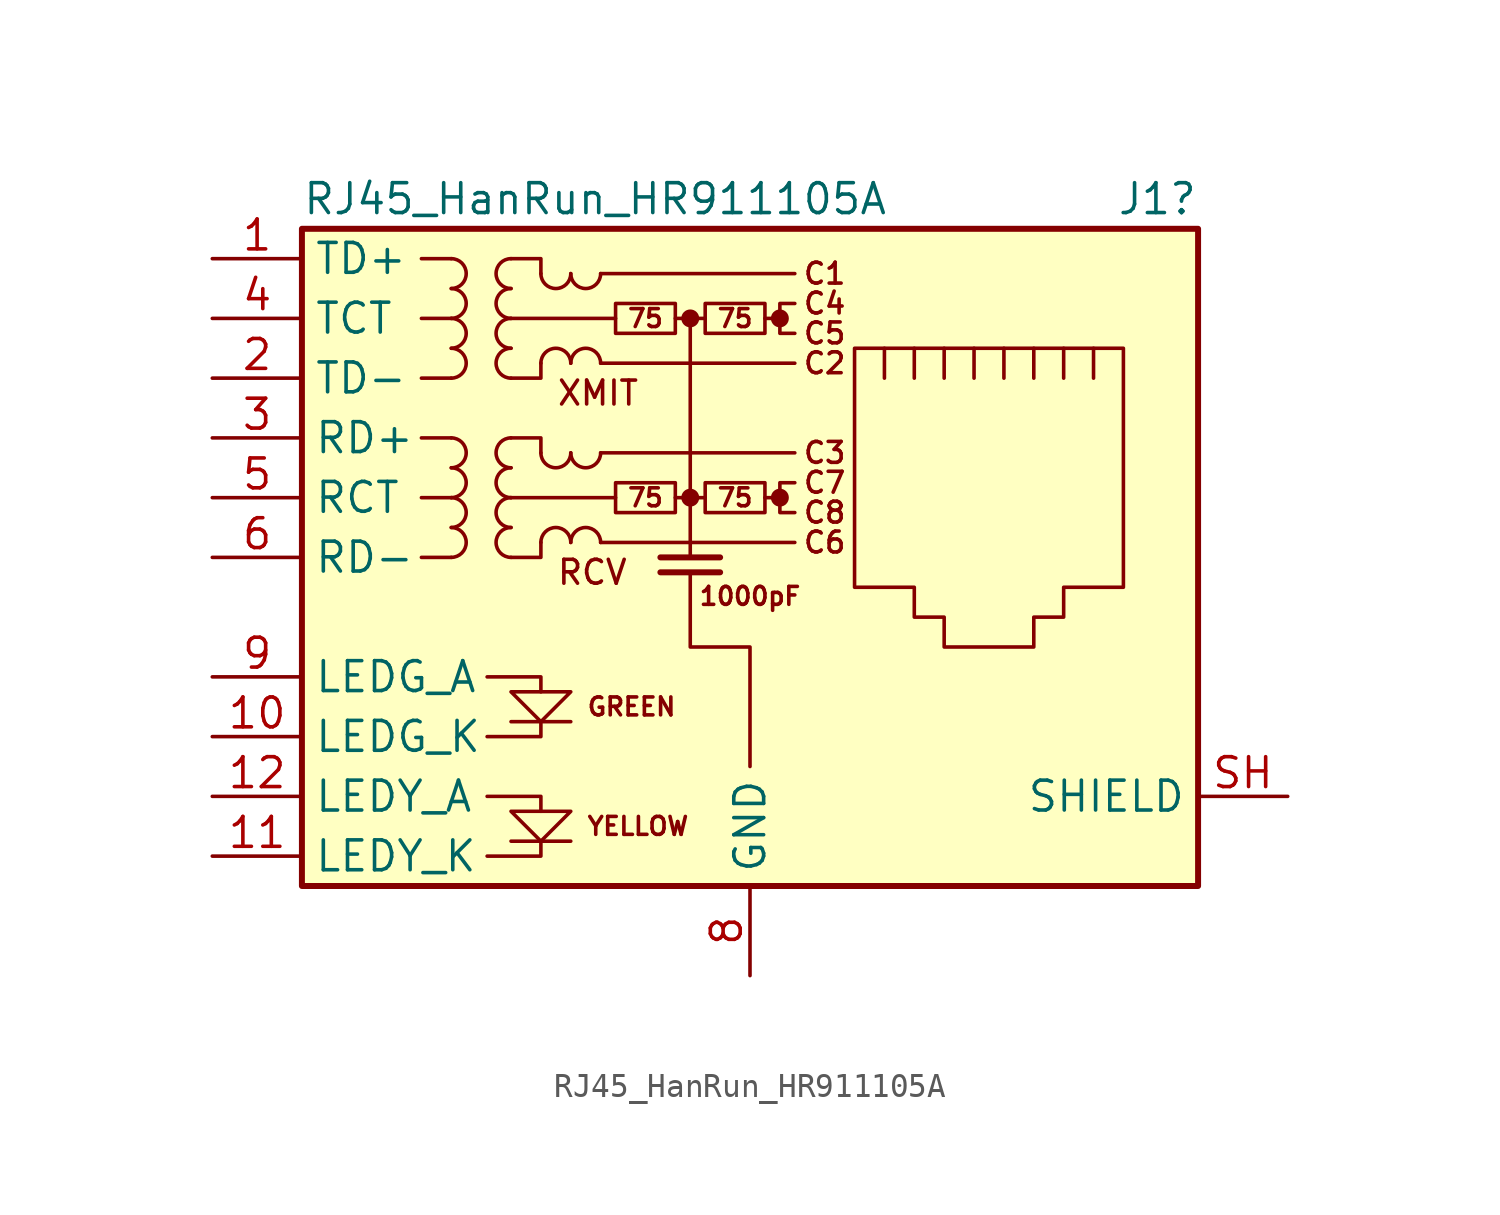
<source format=kicad_sym>
(kicad_symbol_lib
  (version 20211014)
  (generator kicad_symbol_editor)
  (symbol "RJ45_HanRun_HR911105A"
    (property "Reference" "J1"
      (at 19.05 15.24 0)
      (effects (font (size 1.27 1.27)) (justify right)))
    (property "Value" "RJ45_HanRun_HR911105A"
      (at -19.05 15.24 0)
      (effects (font (size 1.27 1.27)) (justify left)))
    (symbol "RJ45_HanRun_HR911105A_0_0"
      (circle (center -2.54 2.54) (radius 0.254) (stroke (width 0.254) (type default) (color 0 0 0 0)) (fill (type outline)))
      (circle (center -2.54 10.16) (radius 0.254) (stroke (width 0.254) (type default) (color 0 0 0 0)) (fill (type outline)))
      (polyline (pts (xy -7.62 -12.065) (xy -10.16 -12.065)) (stroke (width 0) (type default) (color 0 0 0 0)) (fill (type none)))
      (polyline (pts (xy -7.62 -6.985) (xy -10.16 -6.985)) (stroke (width 0) (type default) (color 0 0 0 0)) (fill (type none)))
      (polyline (pts (xy -2.54 10.16) (xy -2.54 0)) (stroke (width 0) (type default) (color 0 0 0 0)) (fill (type none)))
      (polyline (pts (xy -1.27 -0.635) (xy -3.81 -0.635)) (stroke (width 0.254) (type default) (color 0 0 0 0)) (fill (type none)))
      (polyline (pts (xy -1.27 0) (xy -3.81 0)) (stroke (width 0.254) (type default) (color 0 0 0 0)) (fill (type none)))
      (polyline (pts (xy 1.27 2.54) (xy 0.635 2.54)) (stroke (width 0) (type default) (color 0 0 0 0)) (fill (type none)))
      (polyline (pts (xy 1.27 10.16) (xy 0.635 10.16)) (stroke (width 0) (type default) (color 0 0 0 0)) (fill (type none)))
      (polyline (pts (xy -11.176 -12.7) (xy -8.89 -12.7) (xy -8.89 -12.065)) (stroke (width 0) (type default) (color 0 0 0 0)) (fill (type none)))
      (polyline (pts (xy -11.176 -10.16) (xy -8.89 -10.16) (xy -8.89 -10.795)) (stroke (width 0) (type default) (color 0 0 0 0)) (fill (type none)))
      (polyline (pts (xy -11.176 -5.08) (xy -8.89 -5.08) (xy -8.89 -5.715)) (stroke (width 0) (type default) (color 0 0 0 0)) (fill (type none)))
      (polyline (pts (xy -8.89 -6.985) (xy -8.89 -7.62) (xy -11.176 -7.62)) (stroke (width 0) (type default) (color 0 0 0 0)) (fill (type none)))
      (polyline (pts (xy -10.16 -5.715) (xy -7.62 -5.715) (xy -8.89 -6.985) (xy -10.16 -5.715)) (stroke (width 0) (type default) (color 0 0 0 0)) (fill (type none)))
      (polyline (pts (xy -7.62 -10.795) (xy -10.16 -10.795) (xy -8.89 -12.065) (xy -7.62 -10.795)) (stroke (width 0) (type default) (color 0 0 0 0)) (fill (type none)))
      (polyline (pts (xy -2.54 -0.635) (xy -2.54 -3.81) (xy 0 -3.81) (xy 0 -8.89)) (stroke (width 0) (type default) (color 0 0 0 0)) (fill (type none)))
      (polyline (pts (xy 1.905 3.175) (xy 1.27 3.175) (xy 1.27 1.905) (xy 1.905 1.905)) (stroke (width 0) (type default) (color 0 0 0 0)) (fill (type none)))
      (polyline (pts (xy 1.905 10.795) (xy 1.27 10.795) (xy 1.27 9.525) (xy 1.905 9.525)) (stroke (width 0) (type default) (color 0 0 0 0)) (fill (type none)))
      (circle (center 1.27 2.54) (radius 0.254) (stroke (width 0.254) (type default) (color 0 0 0 0)) (fill (type outline)))
      (circle (center 1.27 10.16) (radius 0.254) (stroke (width 0.254) (type default) (color 0 0 0 0)) (fill (type outline)))
      (text "1000pF" (at 0 -1.651 0) (effects (font (size 0.762 0.762))))
      (text "75" (at -4.445 2.54 0) (effects (font (size 0.762 0.762))))
      (text "75" (at -4.445 10.16 0) (effects (font (size 0.762 0.762))))
      (text "75" (at -0.635 2.54 0) (effects (font (size 0.762 0.762))))
      (text "75" (at -0.635 10.16 0) (effects (font (size 0.762 0.762))))
      (text "C1" (at 3.175 12.065 0) (effects (font (size 0.889 0.889))))
      (text "C2" (at 3.175 8.255 0) (effects (font (size 0.889 0.889))))
      (text "C3" (at 3.175 4.445 0) (effects (font (size 0.889 0.889))))
      (text "C4" (at 3.175 10.795 0) (effects (font (size 0.889 0.889))))
      (text "C5" (at 3.175 9.525 0) (effects (font (size 0.889 0.889))))
      (text "C6" (at 3.175 0.635 0) (effects (font (size 0.889 0.889))))
      (text "C7" (at 3.175 3.175 0) (effects (font (size 0.889 0.889))))
      (text "C8" (at 3.175 1.905 0) (effects (font (size 0.889 0.889))))
      (text "GREEN" (at -6.985 -6.35 0) (effects (font (size 0.762 0.762)) (justify left)))
      (text "RCV" (at -8.255 -0.635 0) (effects (font (size 1.016 1.016)) (justify left)))
      (text "XMIT" (at -8.255 6.985 0) (effects (font (size 1.016 1.016)) (justify left)))
      (text "YELLOW" (at -6.985 -11.43 0) (effects (font (size 0.762 0.762)) (justify left))))
    (symbol "RJ45_HanRun_HR911105A_0_1"
      (rectangle (start -19.05 -13.97) (end 19.05 13.97) (stroke (width 0.254) (type default) (color 0 0 0 0)) (fill (type background)))
      (arc (start -12.7 0) (mid -12.065 0.635) (end -12.7 1.27) (stroke (width 0) (type default) (color 0 0 0 0)) (fill (type none)))
      (arc (start -12.7 1.27) (mid -12.065 1.905) (end -12.7 2.54) (stroke (width 0) (type default) (color 0 0 0 0)) (fill (type none)))
      (arc (start -12.7 2.54) (mid -12.065 3.175) (end -12.7 3.81) (stroke (width 0) (type default) (color 0 0 0 0)) (fill (type none)))
      (arc (start -12.7 3.81) (mid -12.065 4.445) (end -12.7 5.08) (stroke (width 0) (type default) (color 0 0 0 0)) (fill (type none)))
      (arc (start -12.7 7.62) (mid -12.065 8.255) (end -12.7 8.89) (stroke (width 0) (type default) (color 0 0 0 0)) (fill (type none)))
      (arc (start -12.7 8.89) (mid -12.065 9.525) (end -12.7 10.16) (stroke (width 0) (type default) (color 0 0 0 0)) (fill (type none)))
      (arc (start -12.7 10.16) (mid -12.065 10.795) (end -12.7 11.43) (stroke (width 0) (type default) (color 0 0 0 0)) (fill (type none)))
      (arc (start -12.7 11.43) (mid -12.065 12.065) (end -12.7 12.7) (stroke (width 0) (type default) (color 0 0 0 0)) (fill (type none)))
      (arc (start -10.16 1.27) (mid -10.795 0.635) (end -10.16 0) (stroke (width 0) (type default) (color 0 0 0 0)) (fill (type none)))
      (arc (start -10.16 2.54) (mid -10.795 1.905) (end -10.16 1.27) (stroke (width 0) (type default) (color 0 0 0 0)) (fill (type none)))
      (arc (start -10.16 3.81) (mid -10.795 3.175) (end -10.16 2.54) (stroke (width 0) (type default) (color 0 0 0 0)) (fill (type none)))
      (arc (start -10.16 5.08) (mid -10.795 4.445) (end -10.16 3.81) (stroke (width 0) (type default) (color 0 0 0 0)) (fill (type none)))
      (arc (start -10.16 8.89) (mid -10.795 8.255) (end -10.16 7.62) (stroke (width 0) (type default) (color 0 0 0 0)) (fill (type none)))
      (arc (start -10.16 10.16) (mid -10.795 9.525) (end -10.16 8.89) (stroke (width 0) (type default) (color 0 0 0 0)) (fill (type none)))
      (arc (start -10.16 11.43) (mid -10.795 10.795) (end -10.16 10.16) (stroke (width 0) (type default) (color 0 0 0 0)) (fill (type none)))
      (arc (start -10.16 12.7) (mid -10.795 12.065) (end -10.16 11.43) (stroke (width 0) (type default) (color 0 0 0 0)) (fill (type none)))
      (arc (start -8.89 4.445) (mid -8.255 3.81) (end -7.62 4.445) (stroke (width 0) (type default) (color 0 0 0 0)) (fill (type none)))
      (arc (start -8.89 12.065) (mid -8.255 11.43) (end -7.62 12.065) (stroke (width 0) (type default) (color 0 0 0 0)) (fill (type none)))
      (arc (start -7.62 0.635) (mid -8.255 1.27) (end -8.89 0.635) (stroke (width 0) (type default) (color 0 0 0 0)) (fill (type none)))
      (arc (start -7.62 4.445) (mid -6.985 3.81) (end -6.35 4.445) (stroke (width 0) (type default) (color 0 0 0 0)) (fill (type none)))
      (arc (start -7.62 8.255) (mid -8.255 8.89) (end -8.89 8.255) (stroke (width 0) (type default) (color 0 0 0 0)) (fill (type none)))
      (arc (start -7.62 12.065) (mid -6.985 11.43) (end -6.35 12.065) (stroke (width 0) (type default) (color 0 0 0 0)) (fill (type none)))
      (arc (start -6.35 0.635) (mid -6.985 1.27) (end -7.62 0.635) (stroke (width 0) (type default) (color 0 0 0 0)) (fill (type none)))
      (arc (start -6.35 8.255) (mid -6.985 8.89) (end -7.62 8.255) (stroke (width 0) (type default) (color 0 0 0 0)) (fill (type none)))
      (rectangle (start -5.715 3.175) (end -3.175 1.905) (stroke (width 0) (type default) (color 0 0 0 0)) (fill (type none)))
      (rectangle (start -5.715 10.795) (end -3.175 9.525) (stroke (width 0) (type default) (color 0 0 0 0)) (fill (type none)))
      (rectangle (start -1.905 3.175) (end 0.635 1.905) (stroke (width 0) (type default) (color 0 0 0 0)) (fill (type none)))
      (rectangle (start -1.905 10.795) (end 0.635 9.525) (stroke (width 0) (type default) (color 0 0 0 0)) (fill (type none)))
      (polyline (pts (xy -12.7 0) (xy -13.97 0)) (stroke (width 0) (type default) (color 0 0 0 0)) (fill (type none)))
      (polyline (pts (xy -12.7 2.54) (xy -13.97 2.54)) (stroke (width 0) (type default) (color 0 0 0 0)) (fill (type none)))
      (polyline (pts (xy -12.7 5.08) (xy -13.97 5.08)) (stroke (width 0) (type default) (color 0 0 0 0)) (fill (type none)))
      (polyline (pts (xy -12.7 7.62) (xy -13.97 7.62)) (stroke (width 0) (type default) (color 0 0 0 0)) (fill (type none)))
      (polyline (pts (xy -12.7 10.16) (xy -13.97 10.16)) (stroke (width 0) (type default) (color 0 0 0 0)) (fill (type none)))
      (polyline (pts (xy -12.7 12.7) (xy -13.97 12.7)) (stroke (width 0) (type default) (color 0 0 0 0)) (fill (type none)))
      (polyline (pts (xy -6.35 0.635) (xy 1.905 0.635)) (stroke (width 0) (type default) (color 0 0 0 0)) (fill (type none)))
      (polyline (pts (xy -6.35 4.445) (xy 1.905 4.445)) (stroke (width 0) (type default) (color 0 0 0 0)) (fill (type none)))
      (polyline (pts (xy -6.35 8.255) (xy 1.905 8.255)) (stroke (width 0) (type default) (color 0 0 0 0)) (fill (type none)))
      (polyline (pts (xy -6.35 12.065) (xy 1.905 12.065)) (stroke (width 0) (type default) (color 0 0 0 0)) (fill (type none)))
      (polyline (pts (xy -5.715 2.54) (xy -10.16 2.54)) (stroke (width 0) (type default) (color 0 0 0 0)) (fill (type none)))
      (polyline (pts (xy -5.715 10.16) (xy -10.16 10.16)) (stroke (width 0) (type default) (color 0 0 0 0)) (fill (type none)))
      (polyline (pts (xy -3.175 2.54) (xy -1.905 2.54)) (stroke (width 0) (type default) (color 0 0 0 0)) (fill (type none)))
      (polyline (pts (xy -3.175 10.16) (xy -1.905 10.16)) (stroke (width 0) (type default) (color 0 0 0 0)) (fill (type none)))
      (polyline (pts (xy 5.715 7.62) (xy 5.715 8.89)) (stroke (width 0) (type default) (color 0 0 0 0)) (fill (type none)))
      (polyline (pts (xy 6.985 8.89) (xy 6.985 7.62)) (stroke (width 0) (type default) (color 0 0 0 0)) (fill (type none)))
      (polyline (pts (xy 8.255 8.89) (xy 8.255 7.62)) (stroke (width 0) (type default) (color 0 0 0 0)) (fill (type none)))
      (polyline (pts (xy 9.525 8.89) (xy 9.525 7.62)) (stroke (width 0) (type default) (color 0 0 0 0)) (fill (type none)))
      (polyline (pts (xy 10.795 8.89) (xy 10.795 7.62)) (stroke (width 0) (type default) (color 0 0 0 0)) (fill (type none)))
      (polyline (pts (xy 12.065 8.89) (xy 12.065 7.62)) (stroke (width 0) (type default) (color 0 0 0 0)) (fill (type none)))
      (polyline (pts (xy 13.335 7.62) (xy 13.335 8.89)) (stroke (width 0) (type default) (color 0 0 0 0)) (fill (type none)))
      (polyline (pts (xy 14.605 7.62) (xy 14.605 8.89)) (stroke (width 0) (type default) (color 0 0 0 0)) (fill (type none)))
      (polyline (pts (xy -10.16 5.08) (xy -8.89 5.08) (xy -8.89 4.445)) (stroke (width 0) (type default) (color 0 0 0 0)) (fill (type none)))
      (polyline (pts (xy -10.16 12.7) (xy -8.89 12.7) (xy -8.89 12.065)) (stroke (width 0) (type default) (color 0 0 0 0)) (fill (type none)))
      (polyline (pts (xy -8.89 0.635) (xy -8.89 0) (xy -10.16 0)) (stroke (width 0) (type default) (color 0 0 0 0)) (fill (type none)))
      (polyline (pts (xy -8.89 8.255) (xy -8.89 7.62) (xy -10.16 7.62)) (stroke (width 0) (type default) (color 0 0 0 0)) (fill (type none)))
      (polyline (pts (xy 4.445 8.89) (xy 15.875 8.89) (xy 15.875 -1.27) (xy 13.335 -1.27) (xy 13.335 -2.54) (xy 12.065 -2.54) (xy 12.065 -3.81) (xy 8.255 -3.81) (xy 8.255 -2.54) (xy 6.985 -2.54) (xy 6.985 -1.27) (xy 4.445 -1.27) (xy 4.445 8.89)) (stroke (width 0) (type default) (color 0 0 0 0)) (fill (type none))))
    (symbol "RJ45_HanRun_HR911105A_1_1"
      (pin passive line (at -22.86 12.7 0) (length 3.81) (name "TD+" (effects (font (size 1.27 1.27)))) (number "1" (effects (font (size 1.27 1.27)))))
      (pin passive line (at -22.86 -7.62 0) (length 3.81) (name "LEDG_K" (effects (font (size 1.27 1.27)))) (number "10" (effects (font (size 1.27 1.27)))))
      (pin passive line (at -22.86 -12.7 0) (length 3.81) (name "LEDY_K" (effects (font (size 1.27 1.27)))) (number "11" (effects (font (size 1.27 1.27)))))
      (pin passive line (at -22.86 -10.16 0) (length 3.81) (name "LEDY_A" (effects (font (size 1.27 1.27)))) (number "12" (effects (font (size 1.27 1.27)))))
      (pin passive line (at -22.86 7.62 0) (length 3.81) (name "TD-" (effects (font (size 1.27 1.27)))) (number "2" (effects (font (size 1.27 1.27)))))
      (pin passive line (at -22.86 5.08 0) (length 3.81) (name "RD+" (effects (font (size 1.27 1.27)))) (number "3" (effects (font (size 1.27 1.27)))))
      (pin passive line (at -22.86 10.16 0) (length 3.81) (name "TCT" (effects (font (size 1.27 1.27)))) (number "4" (effects (font (size 1.27 1.27)))))
      (pin passive line (at -22.86 2.54 0) (length 3.81) (name "RCT" (effects (font (size 1.27 1.27)))) (number "5" (effects (font (size 1.27 1.27)))))
      (pin passive line (at -22.86 0 0) (length 3.81) (name "RD-" (effects (font (size 1.27 1.27)))) (number "6" (effects (font (size 1.27 1.27)))))
      (pin no_connect line (at 5.08 -5.08 0) (length 0) hide (name "NC" (effects (font (size 1.27 1.27)))) (number "7" (effects (font (size 1.27 1.27)))))
      (pin power_in line (at 0 -17.78 90) (length 3.81) (name "GND" (effects (font (size 1.27 1.27)))) (number "8" (effects (font (size 1.27 1.27)))))
      (pin passive line (at -22.86 -5.08 0) (length 3.81) (name "LEDG_A" (effects (font (size 1.27 1.27)))) (number "9" (effects (font (size 1.27 1.27)))))
      (pin passive line (at 22.86 -10.16 180) (length 3.81) (name "SHIELD" (effects (font (size 1.27 1.27)))) (number "SH" (effects (font (size 1.27 1.27))))))))
</source>
